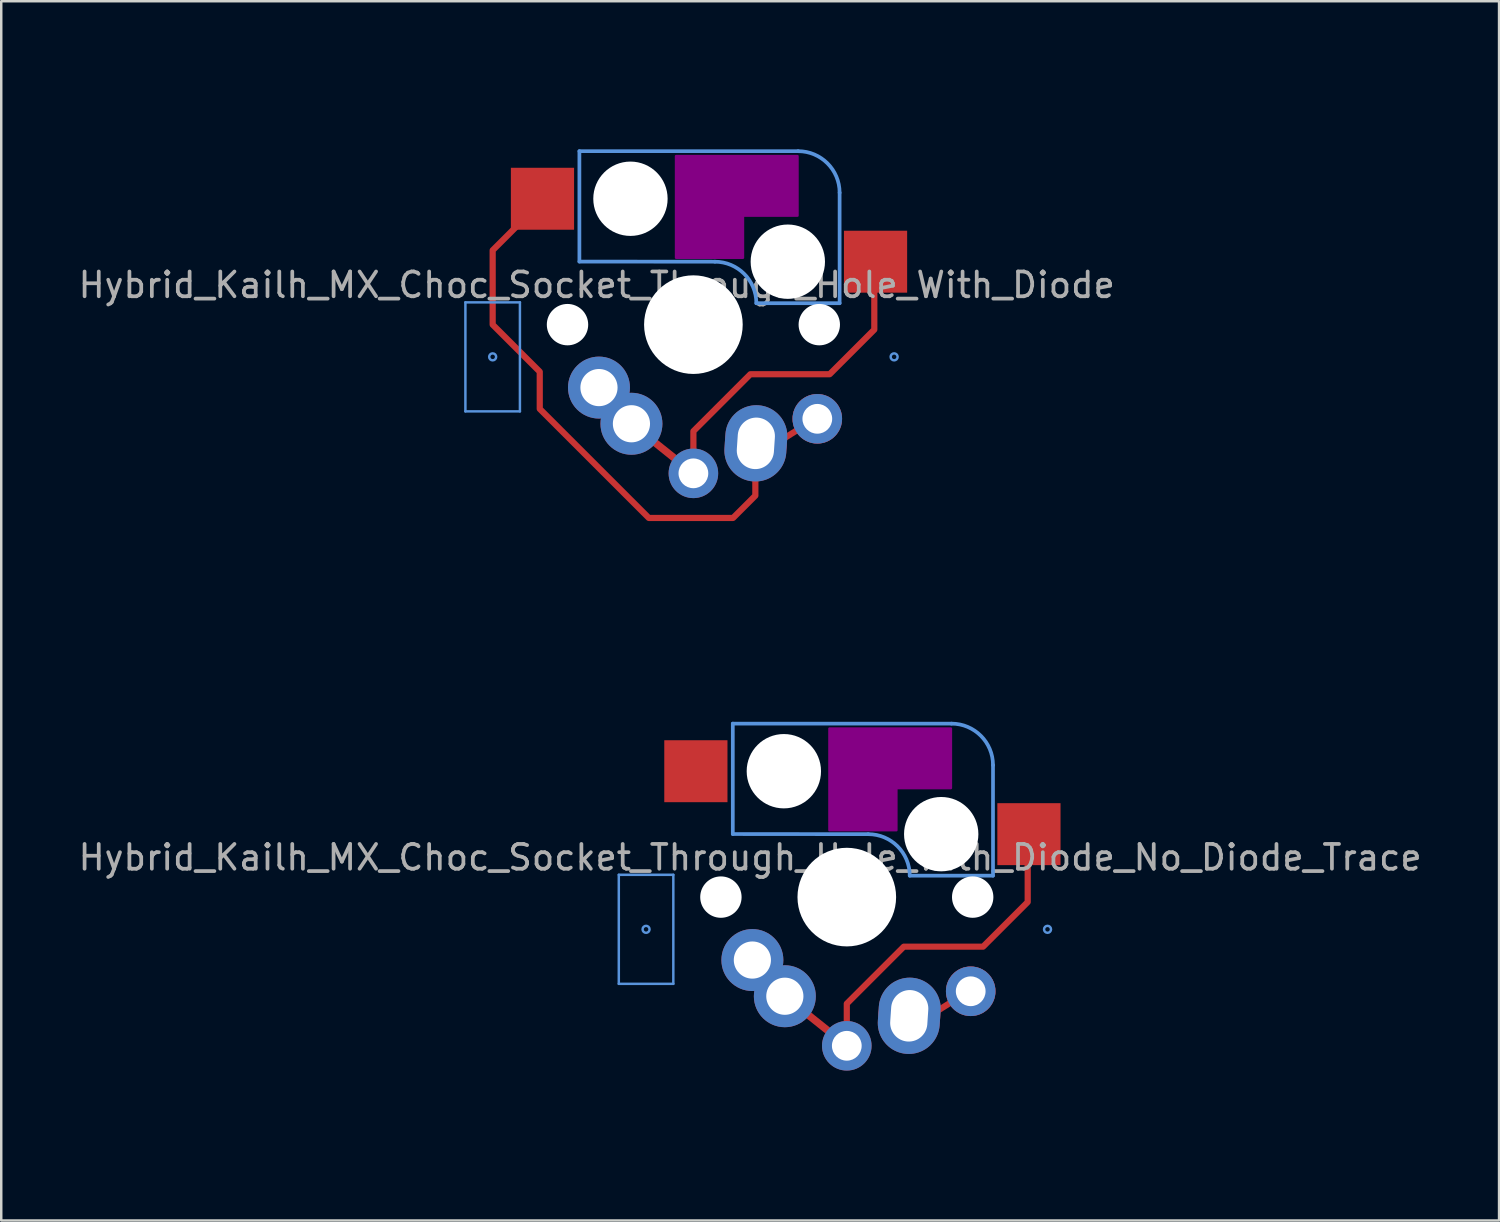
<source format=kicad_pcb>
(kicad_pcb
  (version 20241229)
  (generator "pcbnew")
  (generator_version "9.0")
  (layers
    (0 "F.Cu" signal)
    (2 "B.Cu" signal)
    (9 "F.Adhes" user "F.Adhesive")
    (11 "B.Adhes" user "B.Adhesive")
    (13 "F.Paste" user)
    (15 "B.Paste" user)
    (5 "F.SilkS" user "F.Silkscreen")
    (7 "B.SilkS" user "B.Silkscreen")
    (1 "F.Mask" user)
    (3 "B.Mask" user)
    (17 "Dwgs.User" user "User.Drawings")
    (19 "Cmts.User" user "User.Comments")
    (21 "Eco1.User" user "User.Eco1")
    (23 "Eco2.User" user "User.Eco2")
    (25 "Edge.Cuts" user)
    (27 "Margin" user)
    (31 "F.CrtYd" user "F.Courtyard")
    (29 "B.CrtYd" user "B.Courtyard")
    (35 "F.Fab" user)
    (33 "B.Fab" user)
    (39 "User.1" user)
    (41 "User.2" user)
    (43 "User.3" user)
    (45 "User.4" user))
  (footprint "Hybrid_Kailh_MX_Choc_Socket_Through_Hole_With_Diode"
    (layer "F.Cu")
    (at 24.93 10.05)
    (property "Reference" "Hybrid_Kailh_MX_Choc_Socket_Through_Hole_With_Diode" (at -3.9 -1.6 0) (layer "F.Fab") (effects (font (size 1 1) (thickness 0.15))))
    (attr through_hole)
    (fp_poly (pts (xy -0.7 -6.8) (xy 4.2 -6.8) (xy 4.2 -4.4) (xy 2 -4.4) (xy 2 -2.7) (xy -0.7 -2.7)) (stroke (width 0.1) (type solid)) (fill yes) (layer "F.Adhes"))
    (fp_line (start -9.2 -0.9) (end -7 -0.9) (stroke (width 0.1) (type solid)) (layer "Cmts.User"))
    (fp_line (start -9.2 3.5) (end -9.2 -0.9) (stroke (width 0.1) (type solid)) (layer "Cmts.User"))
    (fp_line (start -7 -0.9) (end -7 3.5) (stroke (width 0.1) (type solid)) (layer "Cmts.User"))
    (fp_line (start -7 3.5) (end -9.2 3.5) (stroke (width 0.1) (type solid)) (layer "Cmts.User"))
    (fp_line (start -4.6 -7) (end -4.6 -2.545) (stroke (width 0.15) (type solid)) (layer "Cmts.User"))
    (fp_line (start 0.865 -2.54) (end -4.6 -2.545) (stroke (width 0.15) (type solid)) (layer "Cmts.User"))
    (fp_line (start 4.225 -7) (end -4.6 -7) (stroke (width 0.15) (type solid)) (layer "Cmts.User"))
    (fp_line (start 5.9 -5.325) (end 5.9 -0.865) (stroke (width 0.15) (type solid)) (layer "Cmts.User"))
    (fp_line (start 5.9 -0.865) (end 2.54 -0.865) (stroke (width 0.15) (type solid)) (layer "Cmts.User"))
    (fp_arc (start 0.865 -2.54) (mid 2.049404 -2.049404) (end 2.54 -0.865) (stroke (width 0.15) (type solid)) (layer "Cmts.User"))
    (fp_arc (start 4.225001 -7) (mid 5.409405 -6.509403) (end 5.9 -5.324999) (stroke (width 0.15) (type solid)) (layer "Cmts.User"))
    (fp_circle (center -8.1 1.3) (end -7.959 1.3) (stroke (width 0.1) (type solid)) (fill no) (layer "Cmts.User"))
    (fp_circle (center 8.1 1.3) (end 8.241 1.3) (stroke (width 0.1) (type solid)) (fill no) (layer "Cmts.User"))
    (fp_line (start -10 -10) (end 10 -10) (stroke (width 0.1) (type solid)) (layer "Eco1.User"))
    (fp_line (start -10 10) (end -10 -10) (stroke (width 0.1) (type solid)) (layer "Eco1.User"))
    (fp_line (start -9 -9) (end 9 -9) (stroke (width 0.1) (type solid)) (layer "Eco1.User"))
    (fp_line (start -9 0) (end -9 -9) (stroke (width 0.1) (type solid)) (layer "Eco1.User"))
    (fp_line (start -9 9) (end -9 0) (stroke (width 0.1) (type solid)) (layer "Eco1.User"))
    (fp_line (start 9 -9) (end 9 9) (stroke (width 0.1) (type solid)) (layer "Eco1.User"))
    (fp_line (start 9 9) (end -9 9) (stroke (width 0.1) (type solid)) (layer "Eco1.User"))
    (fp_line (start 10 -10) (end 10 10) (stroke (width 0.1) (type solid)) (layer "Eco1.User"))
    (fp_line (start 10 10) (end -10 10) (stroke (width 0.1) (type solid)) (layer "Eco1.User"))
    (pad "" np_thru_hole circle (at -5.08 0) (size 1.67 1.67) (drill 1.67) (layers "*.Cu" "*.Mask"))
    (pad "" np_thru_hole circle (at -2.54 -5.08) (size 3 3) (drill 3) (layers "*.Cu" "*.Mask"))
    (pad "" np_thru_hole circle (at 0 0) (size 3.98 3.98) (drill 3.98) (layers "*.Cu" "*.Mask"))
    (pad "" np_thru_hole circle (at 3.81 -2.54) (size 3 3) (drill 3) (layers "*.Cu" "*.Mask"))
    (pad "" np_thru_hole circle (at 5.08 0) (size 1.67 1.67) (drill 1.67) (layers "*.Cu" "*.Mask"))
    (pad "1" thru_hole circle (at -3.81 2.54) (size 2.5 2.5) (drill 1.5) (layers "*.Cu" "*.Mask"))
    (pad "1" thru_hole circle (at -2.5 4) (size 2.5 2.5) (drill 1.5) (layers "*.Cu" "*.Mask"))
    (pad "1" thru_hole circle (at 0 6) (size 2 2) (drill 1.2) (layers "*.Cu" "*.Mask"))
    (pad "1" smd custom (at 7.35 -2.54) (size 2 2) (layers "F.Cu") (options (anchor rect)) (primitives (gr_line (start -7.35 6.84) (end -7.35 8.64) (width 0.25)) (gr_line (start -0.05 2.74) (end -1.85 4.54) (width 0.25)) (gr_line (start -0.05 0.04) (end -0.05 2.74) (width 0.25)) (gr_line (start -11.16 5.08) (end -9.85 6.54) (width 0.25)) (gr_line (start -1.85 4.54) (end -5.025 4.54) (width 0.25)) (gr_circle (center -11.16 5.08) (end -10.85 5.08) (width 1.25) (fill no)) (gr_poly (pts (xy -0.95 -0.96) (xy 0.95 -0.96) (xy 0.95 0.94) (xy -0.95 0.94)) (width 0.1) (fill yes)) (gr_circle (center -9.85 6.54) (end -9.6 6.54) (width 1.25) (fill no)) (gr_circle (center -7.35 8.54) (end -7.1 8.54) (width 1) (fill no)) (gr_line (start -9.85 6.54) (end -7.35 8.54) (width 0.3)) (gr_line (start -5.05 4.54) (end -7.35 6.84) (width 0.25))))
    (pad "1" smd rect (at 7.35 -2.54) (size 2.55 2.5) (layers "F.Cu" "F.Mask" "F.Paste"))
    (pad "2" smd rect (at -6.09 -5.08) (size 2.55 2.5) (layers "F.Cu" "F.Mask" "F.Paste"))
    (pad "2" thru_hole oval (at 2.52 4.79 356.1) (size 2.5 3.08) (drill oval 1.5 2.08) (layers "*.Cu" "*.Mask"))
    (pad "2" thru_hole circle (at 5 3.8) (size 2 2) (drill 1.2) (layers "*.Cu" "*.Mask"))
    (pad "2" smd custom (at 5 3.8) (size 2 2) (layers "F.Cu") (options (anchor circle)) (primitives (gr_line (start -3.4 4) (end -6.8 4) (width 0.25)) (gr_line (start -11.2 -0.4) (end -11.2 -1.9) (width 0.25)) (gr_line (start -6.8 4) (end -11.2 -0.4) (width 0.25)) (gr_line (start -2.5 3.1) (end -2.5 1.1) (width 0.25)) (gr_line (start -2 1.2) (end -0.000001 -0.05) (width 0.25)) (gr_circle (center -0.000001 -0.000001) (end 0.5 -0.000001) (width 1) (fill no)) (gr_line (start -13.1 -3.8) (end -11.2 -1.9) (width 0.25)) (gr_line (start -13.1 -6.8) (end -13.1 -3.8) (width 0.25)) (gr_circle (center -2.48 0.99) (end -1.855 0.99) (width 1.25) (fill no)) (gr_line (start -2.5 3.1) (end -3.4 4) (width 0.25)) (gr_line (start -11.1 -8.8) (end -13.1 -6.8) (width 0.25)))))
  (footprint "Hybrid_Kailh_MX_Choc_Socket_Through_Hole_With_Diode_No_Diode_Trace"
    (layer "F.Cu")
    (at 31.12 33.15)
    (property "Reference" "Hybrid_Kailh_MX_Choc_Socket_Through_Hole_With_Diode_No_Diode_Trace" (at -3.9 -1.6 0) (layer "F.Fab") (effects (font (size 1 1) (thickness 0.15))))
    (attr through_hole)
    (fp_poly (pts (xy -0.7 -6.8) (xy 4.2 -6.8) (xy 4.2 -4.4) (xy 2 -4.4) (xy 2 -2.7) (xy -0.7 -2.7)) (stroke (width 0.1) (type solid)) (fill yes) (layer "F.Adhes"))
    (fp_line (start -9.2 -0.9) (end -7 -0.9) (stroke (width 0.1) (type solid)) (layer "Cmts.User"))
    (fp_line (start -9.2 3.5) (end -9.2 -0.9) (stroke (width 0.1) (type solid)) (layer "Cmts.User"))
    (fp_line (start -7 -0.9) (end -7 3.5) (stroke (width 0.1) (type solid)) (layer "Cmts.User"))
    (fp_line (start -7 3.5) (end -9.2 3.5) (stroke (width 0.1) (type solid)) (layer "Cmts.User"))
    (fp_line (start -4.6 -7) (end -4.6 -2.545) (stroke (width 0.15) (type solid)) (layer "Cmts.User"))
    (fp_line (start 0.865 -2.54) (end -4.6 -2.545) (stroke (width 0.15) (type solid)) (layer "Cmts.User"))
    (fp_line (start 4.225 -7) (end -4.6 -7) (stroke (width 0.15) (type solid)) (layer "Cmts.User"))
    (fp_line (start 5.9 -5.325) (end 5.9 -0.865) (stroke (width 0.15) (type solid)) (layer "Cmts.User"))
    (fp_line (start 5.9 -0.865) (end 2.54 -0.865) (stroke (width 0.15) (type solid)) (layer "Cmts.User"))
    (fp_arc (start 0.865 -2.54) (mid 2.049404 -2.049404) (end 2.54 -0.865) (stroke (width 0.15) (type solid)) (layer "Cmts.User"))
    (fp_arc (start 4.225001 -7) (mid 5.409405 -6.509403) (end 5.9 -5.324999) (stroke (width 0.15) (type solid)) (layer "Cmts.User"))
    (fp_circle (center -8.1 1.3) (end -7.959 1.3) (stroke (width 0.1) (type solid)) (fill no) (layer "Cmts.User"))
    (fp_circle (center 8.1 1.3) (end 8.241 1.3) (stroke (width 0.1) (type solid)) (fill no) (layer "Cmts.User"))
    (fp_line (start -10 -10) (end 10 -10) (stroke (width 0.1) (type solid)) (layer "Eco1.User"))
    (fp_line (start -10 10) (end -10 -10) (stroke (width 0.1) (type solid)) (layer "Eco1.User"))
    (fp_line (start -9 -9) (end 9 -9) (stroke (width 0.1) (type solid)) (layer "Eco1.User"))
    (fp_line (start -9 0) (end -9 -9) (stroke (width 0.1) (type solid)) (layer "Eco1.User"))
    (fp_line (start -9 9) (end -9 0) (stroke (width 0.1) (type solid)) (layer "Eco1.User"))
    (fp_line (start 9 -9) (end 9 9) (stroke (width 0.1) (type solid)) (layer "Eco1.User"))
    (fp_line (start 9 9) (end -9 9) (stroke (width 0.1) (type solid)) (layer "Eco1.User"))
    (fp_line (start 10 -10) (end 10 10) (stroke (width 0.1) (type solid)) (layer "Eco1.User"))
    (fp_line (start 10 10) (end -10 10) (stroke (width 0.1) (type solid)) (layer "Eco1.User"))
    (pad "" np_thru_hole circle (at -5.08 0) (size 1.67 1.67) (drill 1.67) (layers "*.Cu" "*.Mask"))
    (pad "" np_thru_hole circle (at -2.54 -5.08) (size 3 3) (drill 3) (layers "*.Cu" "*.Mask"))
    (pad "" np_thru_hole circle (at 0 0) (size 3.98 3.98) (drill 3.98) (layers "*.Cu" "*.Mask"))
    (pad "" np_thru_hole circle (at 3.81 -2.54) (size 3 3) (drill 3) (layers "*.Cu" "*.Mask"))
    (pad "" np_thru_hole circle (at 5.08 0) (size 1.67 1.67) (drill 1.67) (layers "*.Cu" "*.Mask"))
    (pad "1" thru_hole circle (at -3.81 2.54) (size 2.5 2.5) (drill 1.5) (layers "*.Cu" "*.Mask"))
    (pad "1" thru_hole circle (at -2.5 4) (size 2.5 2.5) (drill 1.5) (layers "*.Cu" "*.Mask"))
    (pad "1" thru_hole circle (at 0 6) (size 2 2) (drill 1.2) (layers "*.Cu" "*.Mask"))
    (pad "1" smd custom (at 7.35 -2.54) (size 2 2) (layers "F.Cu") (options (anchor rect)) (primitives (gr_line (start -7.35 6.84) (end -7.35 8.64) (width 0.25)) (gr_line (start -0.05 2.74) (end -1.85 4.54) (width 0.25)) (gr_line (start -0.05 0.04) (end -0.05 2.74) (width 0.25)) (gr_line (start -11.16 5.08) (end -9.85 6.54) (width 0.25)) (gr_line (start -1.85 4.54) (end -5.025 4.54) (width 0.25)) (gr_circle (center -11.16 5.08) (end -10.85 5.08) (width 1.25) (fill no)) (gr_poly (pts (xy -0.95 -0.96) (xy 0.95 -0.96) (xy 0.95 0.94) (xy -0.95 0.94)) (width 0.1) (fill yes)) (gr_circle (center -9.85 6.54) (end -9.6 6.54) (width 1.25) (fill no)) (gr_circle (center -7.35 8.54) (end -7.1 8.54) (width 1) (fill no)) (gr_line (start -9.85 6.54) (end -7.35 8.54) (width 0.3)) (gr_line (start -5.05 4.54) (end -7.35 6.84) (width 0.25))))
    (pad "1" smd rect (at 7.35 -2.54) (size 2.55 2.5) (layers "F.Cu" "F.Mask" "F.Paste"))
    (pad "2" smd rect (at -6.09 -5.08) (size 2.55 2.5) (layers "F.Cu" "F.Mask" "F.Paste"))
    (pad "2" thru_hole oval (at 2.52 4.79 356.1) (size 2.5 3.08) (drill oval 1.5 2.08) (layers "*.Cu" "*.Mask"))
    (pad "2" thru_hole circle (at 5 3.8) (size 2 2) (drill 1.2) (layers "*.Cu" "*.Mask"))
    (pad "2" smd custom (at 5 3.8) (size 2 2) (layers "F.Cu") (options (anchor circle)) (primitives (gr_line (start -2 1.2) (end -0.000001 -0.05) (width 0.25)) (gr_circle (center -0.000001 -0.000001) (end 0.5 -0.000001) (width 1) (fill no)) (gr_circle (center -2.48 0.99) (end -1.855 0.99) (width 1.25) (fill no)))))
  (gr_rect
    (start -3 -3)
    (end 57.44 46.2)
    (stroke (width 0.1) (type default))
    (fill no)
    (layer "Edge.Cuts")))
</source>
